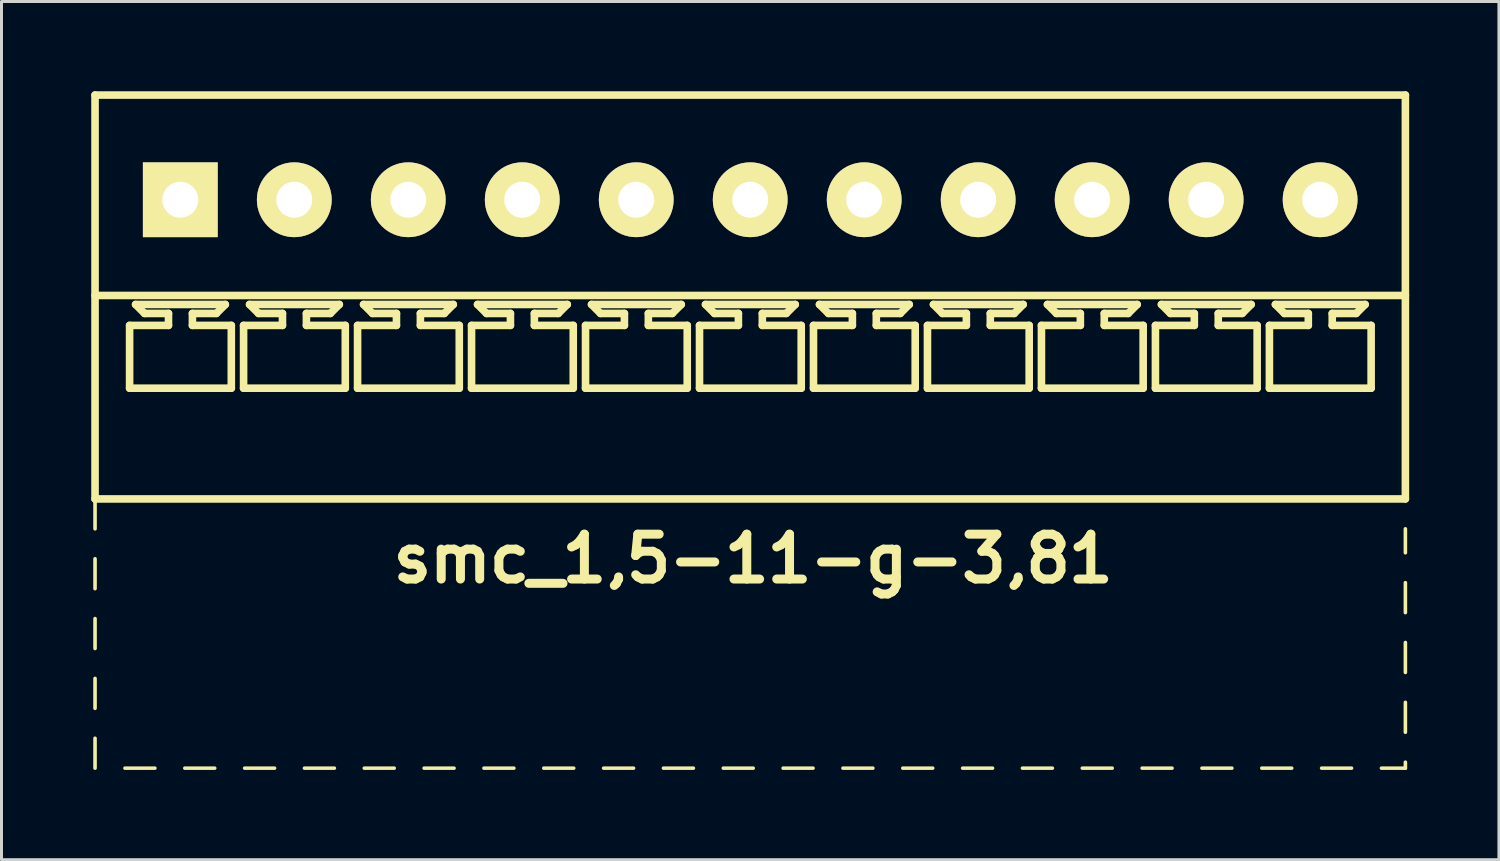
<source format=kicad_pcb>
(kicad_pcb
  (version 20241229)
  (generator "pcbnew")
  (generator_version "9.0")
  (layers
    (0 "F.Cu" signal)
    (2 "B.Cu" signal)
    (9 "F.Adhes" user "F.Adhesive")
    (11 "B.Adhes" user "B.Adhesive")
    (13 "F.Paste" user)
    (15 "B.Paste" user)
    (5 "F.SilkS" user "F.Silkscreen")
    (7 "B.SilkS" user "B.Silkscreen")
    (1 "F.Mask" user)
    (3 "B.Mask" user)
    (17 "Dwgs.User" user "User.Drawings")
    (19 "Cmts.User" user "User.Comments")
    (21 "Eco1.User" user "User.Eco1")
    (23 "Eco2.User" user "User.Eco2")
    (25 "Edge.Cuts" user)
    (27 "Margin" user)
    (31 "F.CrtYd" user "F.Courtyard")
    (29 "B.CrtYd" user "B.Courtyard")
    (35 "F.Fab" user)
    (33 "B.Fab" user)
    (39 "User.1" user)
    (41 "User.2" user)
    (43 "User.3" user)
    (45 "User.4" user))
  (footprint "smc_1,5-11-g-3,81"
    (layer "F.Cu")
    (at 22.027 3.627)
    (property "Reference" "smc_1,5-11-g-3,81" (at 0.1 12 0) (layer "F.SilkS") (effects (font (size 1.5 1.5) (thickness 0.3))))
    (attr through_hole)
    (fp_line (start -21.9 -3.5) (end -21.9 10) (stroke (width 0.254) (type solid)) (layer "F.SilkS"))
    (fp_line (start -21.9 -3.5) (end 21.9 -3.5) (stroke (width 0.254) (type solid)) (layer "F.SilkS"))
    (fp_line (start -21.9 3.2) (end 21.9 3.2) (stroke (width 0.254) (type solid)) (layer "F.SilkS"))
    (fp_line (start -21.9 10) (end -21.9 11) (stroke (width 0.12) (type solid)) (layer "F.SilkS"))
    (fp_line (start -21.9 10) (end 21.9 10) (stroke (width 0.254) (type solid)) (layer "F.SilkS"))
    (fp_line (start -21.9 12) (end -21.9 13) (stroke (width 0.12) (type solid)) (layer "F.SilkS"))
    (fp_line (start -21.9 14) (end -21.9 15) (stroke (width 0.12) (type solid)) (layer "F.SilkS"))
    (fp_line (start -21.9 16) (end -21.9 17) (stroke (width 0.12) (type solid)) (layer "F.SilkS"))
    (fp_line (start -21.9 18) (end -21.9 19) (stroke (width 0.12) (type solid)) (layer "F.SilkS"))
    (fp_line (start -20.9 19) (end -19.9 19) (stroke (width 0.12) (type solid)) (layer "F.SilkS"))
    (fp_line (start -20.745 4.2) (end -19.445 4.2) (stroke (width 0.254) (type solid)) (layer "F.SilkS"))
    (fp_line (start -20.745 6.3) (end -20.745 4.2) (stroke (width 0.254) (type solid)) (layer "F.SilkS"))
    (fp_line (start -20.545 3.5) (end -17.545 3.5) (stroke (width 0.254) (type solid)) (layer "F.SilkS"))
    (fp_line (start -20.245 3.8) (end -20.545 3.5) (stroke (width 0.254) (type solid)) (layer "F.SilkS"))
    (fp_line (start -19.445 3.8) (end -20.245 3.8) (stroke (width 0.254) (type solid)) (layer "F.SilkS"))
    (fp_line (start -19.445 4.2) (end -19.445 3.8) (stroke (width 0.254) (type solid)) (layer "F.SilkS"))
    (fp_line (start -18.9 19) (end -17.9 19) (stroke (width 0.12) (type solid)) (layer "F.SilkS"))
    (fp_line (start -18.645 3.8) (end -18.645 4.2) (stroke (width 0.254) (type solid)) (layer "F.SilkS"))
    (fp_line (start -18.645 4.2) (end -17.345 4.2) (stroke (width 0.254) (type solid)) (layer "F.SilkS"))
    (fp_line (start -17.845 3.8) (end -18.645 3.8) (stroke (width 0.254) (type solid)) (layer "F.SilkS"))
    (fp_line (start -17.845 3.8) (end -17.545 3.5) (stroke (width 0.254) (type solid)) (layer "F.SilkS"))
    (fp_line (start -17.345 4.2) (end -17.345 6.3) (stroke (width 0.254) (type solid)) (layer "F.SilkS"))
    (fp_line (start -17.345 6.3) (end -20.745 6.3) (stroke (width 0.254) (type solid)) (layer "F.SilkS"))
    (fp_line (start -16.935 4.2) (end -15.635 4.2) (stroke (width 0.254) (type solid)) (layer "F.SilkS"))
    (fp_line (start -16.935 6.3) (end -16.935 4.2) (stroke (width 0.254) (type solid)) (layer "F.SilkS"))
    (fp_line (start -16.9 19) (end -15.9 19) (stroke (width 0.12) (type solid)) (layer "F.SilkS"))
    (fp_line (start -16.735 3.5) (end -13.735 3.5) (stroke (width 0.254) (type solid)) (layer "F.SilkS"))
    (fp_line (start -16.435 3.8) (end -16.735 3.5) (stroke (width 0.254) (type solid)) (layer "F.SilkS"))
    (fp_line (start -15.635 3.8) (end -16.435 3.8) (stroke (width 0.254) (type solid)) (layer "F.SilkS"))
    (fp_line (start -15.635 4.2) (end -15.635 3.8) (stroke (width 0.254) (type solid)) (layer "F.SilkS"))
    (fp_line (start -14.9 19) (end -13.9 19) (stroke (width 0.12) (type solid)) (layer "F.SilkS"))
    (fp_line (start -14.835 3.8) (end -14.835 4.2) (stroke (width 0.254) (type solid)) (layer "F.SilkS"))
    (fp_line (start -14.835 4.2) (end -13.535 4.2) (stroke (width 0.254) (type solid)) (layer "F.SilkS"))
    (fp_line (start -14.035 3.8) (end -14.835 3.8) (stroke (width 0.254) (type solid)) (layer "F.SilkS"))
    (fp_line (start -14.035 3.8) (end -13.735 3.5) (stroke (width 0.254) (type solid)) (layer "F.SilkS"))
    (fp_line (start -13.535 4.2) (end -13.535 6.3) (stroke (width 0.254) (type solid)) (layer "F.SilkS"))
    (fp_line (start -13.535 6.3) (end -16.935 6.3) (stroke (width 0.254) (type solid)) (layer "F.SilkS"))
    (fp_line (start -13.125 4.2) (end -11.825 4.2) (stroke (width 0.254) (type solid)) (layer "F.SilkS"))
    (fp_line (start -13.125 6.3) (end -13.125 4.2) (stroke (width 0.254) (type solid)) (layer "F.SilkS"))
    (fp_line (start -12.925 3.5) (end -9.925 3.5) (stroke (width 0.254) (type solid)) (layer "F.SilkS"))
    (fp_line (start -12.9 19) (end -11.9 19) (stroke (width 0.12) (type solid)) (layer "F.SilkS"))
    (fp_line (start -12.625 3.8) (end -12.925 3.5) (stroke (width 0.254) (type solid)) (layer "F.SilkS"))
    (fp_line (start -11.825 3.8) (end -12.625 3.8) (stroke (width 0.254) (type solid)) (layer "F.SilkS"))
    (fp_line (start -11.825 4.2) (end -11.825 3.8) (stroke (width 0.254) (type solid)) (layer "F.SilkS"))
    (fp_line (start -11.025 3.8) (end -11.025 4.2) (stroke (width 0.254) (type solid)) (layer "F.SilkS"))
    (fp_line (start -11.025 4.2) (end -9.725 4.2) (stroke (width 0.254) (type solid)) (layer "F.SilkS"))
    (fp_line (start -10.9 19) (end -9.9 19) (stroke (width 0.12) (type solid)) (layer "F.SilkS"))
    (fp_line (start -10.225 3.8) (end -11.025 3.8) (stroke (width 0.254) (type solid)) (layer "F.SilkS"))
    (fp_line (start -10.225 3.8) (end -9.925 3.5) (stroke (width 0.254) (type solid)) (layer "F.SilkS"))
    (fp_line (start -9.725 4.2) (end -9.725 6.3) (stroke (width 0.254) (type solid)) (layer "F.SilkS"))
    (fp_line (start -9.725 6.3) (end -13.125 6.3) (stroke (width 0.254) (type solid)) (layer "F.SilkS"))
    (fp_line (start -9.315 4.2) (end -8.015 4.2) (stroke (width 0.254) (type solid)) (layer "F.SilkS"))
    (fp_line (start -9.315 6.3) (end -9.315 4.2) (stroke (width 0.254) (type solid)) (layer "F.SilkS"))
    (fp_line (start -9.115 3.5) (end -6.115 3.5) (stroke (width 0.254) (type solid)) (layer "F.SilkS"))
    (fp_line (start -8.9 19) (end -7.9 19) (stroke (width 0.12) (type solid)) (layer "F.SilkS"))
    (fp_line (start -8.815 3.8) (end -9.115 3.5) (stroke (width 0.254) (type solid)) (layer "F.SilkS"))
    (fp_line (start -8.015 3.8) (end -8.815 3.8) (stroke (width 0.254) (type solid)) (layer "F.SilkS"))
    (fp_line (start -8.015 4.2) (end -8.015 3.8) (stroke (width 0.254) (type solid)) (layer "F.SilkS"))
    (fp_line (start -7.215 3.8) (end -7.215 4.2) (stroke (width 0.254) (type solid)) (layer "F.SilkS"))
    (fp_line (start -7.215 4.2) (end -5.915 4.2) (stroke (width 0.254) (type solid)) (layer "F.SilkS"))
    (fp_line (start -6.9 19) (end -5.9 19) (stroke (width 0.12) (type solid)) (layer "F.SilkS"))
    (fp_line (start -6.415 3.8) (end -7.215 3.8) (stroke (width 0.254) (type solid)) (layer "F.SilkS"))
    (fp_line (start -6.415 3.8) (end -6.115 3.5) (stroke (width 0.254) (type solid)) (layer "F.SilkS"))
    (fp_line (start -5.915 4.2) (end -5.915 6.3) (stroke (width 0.254) (type solid)) (layer "F.SilkS"))
    (fp_line (start -5.915 6.3) (end -9.315 6.3) (stroke (width 0.254) (type solid)) (layer "F.SilkS"))
    (fp_line (start -5.505 4.2) (end -4.205 4.2) (stroke (width 0.254) (type solid)) (layer "F.SilkS"))
    (fp_line (start -5.505 6.3) (end -5.505 4.2) (stroke (width 0.254) (type solid)) (layer "F.SilkS"))
    (fp_line (start -5.305 3.5) (end -2.305 3.5) (stroke (width 0.254) (type solid)) (layer "F.SilkS"))
    (fp_line (start -5.005 3.8) (end -5.305 3.5) (stroke (width 0.254) (type solid)) (layer "F.SilkS"))
    (fp_line (start -4.9 19) (end -3.9 19) (stroke (width 0.12) (type solid)) (layer "F.SilkS"))
    (fp_line (start -4.205 3.8) (end -5.005 3.8) (stroke (width 0.254) (type solid)) (layer "F.SilkS"))
    (fp_line (start -4.205 4.2) (end -4.205 3.8) (stroke (width 0.254) (type solid)) (layer "F.SilkS"))
    (fp_line (start -3.405 3.8) (end -3.405 4.2) (stroke (width 0.254) (type solid)) (layer "F.SilkS"))
    (fp_line (start -3.405 4.2) (end -2.105 4.2) (stroke (width 0.254) (type solid)) (layer "F.SilkS"))
    (fp_line (start -2.9 19) (end -1.9 19) (stroke (width 0.12) (type solid)) (layer "F.SilkS"))
    (fp_line (start -2.605 3.8) (end -3.405 3.8) (stroke (width 0.254) (type solid)) (layer "F.SilkS"))
    (fp_line (start -2.605 3.8) (end -2.305 3.5) (stroke (width 0.254) (type solid)) (layer "F.SilkS"))
    (fp_line (start -2.105 4.2) (end -2.105 6.3) (stroke (width 0.254) (type solid)) (layer "F.SilkS"))
    (fp_line (start -2.105 6.3) (end -5.505 6.3) (stroke (width 0.254) (type solid)) (layer "F.SilkS"))
    (fp_line (start -1.695 4.2) (end -0.395 4.2) (stroke (width 0.254) (type solid)) (layer "F.SilkS"))
    (fp_line (start -1.695 6.3) (end -1.695 4.2) (stroke (width 0.254) (type solid)) (layer "F.SilkS"))
    (fp_line (start -1.495 3.5) (end 1.505 3.5) (stroke (width 0.254) (type solid)) (layer "F.SilkS"))
    (fp_line (start -1.195 3.8) (end -1.495 3.5) (stroke (width 0.254) (type solid)) (layer "F.SilkS"))
    (fp_line (start -0.9 19) (end 0.1 19) (stroke (width 0.12) (type solid)) (layer "F.SilkS"))
    (fp_line (start -0.395 3.8) (end -1.195 3.8) (stroke (width 0.254) (type solid)) (layer "F.SilkS"))
    (fp_line (start -0.395 4.2) (end -0.395 3.8) (stroke (width 0.254) (type solid)) (layer "F.SilkS"))
    (fp_line (start 0.405 3.8) (end 0.405 4.2) (stroke (width 0.254) (type solid)) (layer "F.SilkS"))
    (fp_line (start 0.405 4.2) (end 1.705 4.2) (stroke (width 0.254) (type solid)) (layer "F.SilkS"))
    (fp_line (start 1.1 19) (end 2.1 19) (stroke (width 0.12) (type solid)) (layer "F.SilkS"))
    (fp_line (start 1.205 3.8) (end 0.405 3.8) (stroke (width 0.254) (type solid)) (layer "F.SilkS"))
    (fp_line (start 1.205 3.8) (end 1.505 3.5) (stroke (width 0.254) (type solid)) (layer "F.SilkS"))
    (fp_line (start 1.705 4.2) (end 1.705 6.3) (stroke (width 0.254) (type solid)) (layer "F.SilkS"))
    (fp_line (start 1.705 6.3) (end -1.695 6.3) (stroke (width 0.254) (type solid)) (layer "F.SilkS"))
    (fp_line (start 2.115 4.2) (end 3.415 4.2) (stroke (width 0.254) (type solid)) (layer "F.SilkS"))
    (fp_line (start 2.115 6.3) (end 2.115 4.2) (stroke (width 0.254) (type solid)) (layer "F.SilkS"))
    (fp_line (start 2.315 3.5) (end 5.315 3.5) (stroke (width 0.254) (type solid)) (layer "F.SilkS"))
    (fp_line (start 2.615 3.8) (end 2.315 3.5) (stroke (width 0.254) (type solid)) (layer "F.SilkS"))
    (fp_line (start 3.1 19) (end 4.1 19) (stroke (width 0.12) (type solid)) (layer "F.SilkS"))
    (fp_line (start 3.415 3.8) (end 2.615 3.8) (stroke (width 0.254) (type solid)) (layer "F.SilkS"))
    (fp_line (start 3.415 4.2) (end 3.415 3.8) (stroke (width 0.254) (type solid)) (layer "F.SilkS"))
    (fp_line (start 4.215 3.8) (end 4.215 4.2) (stroke (width 0.254) (type solid)) (layer "F.SilkS"))
    (fp_line (start 4.215 4.2) (end 5.515 4.2) (stroke (width 0.254) (type solid)) (layer "F.SilkS"))
    (fp_line (start 5.015 3.8) (end 4.215 3.8) (stroke (width 0.254) (type solid)) (layer "F.SilkS"))
    (fp_line (start 5.015 3.8) (end 5.315 3.5) (stroke (width 0.254) (type solid)) (layer "F.SilkS"))
    (fp_line (start 5.1 19) (end 6.1 19) (stroke (width 0.12) (type solid)) (layer "F.SilkS"))
    (fp_line (start 5.515 4.2) (end 5.515 6.3) (stroke (width 0.254) (type solid)) (layer "F.SilkS"))
    (fp_line (start 5.515 6.3) (end 2.115 6.3) (stroke (width 0.254) (type solid)) (layer "F.SilkS"))
    (fp_line (start 5.925 4.2) (end 7.225 4.2) (stroke (width 0.254) (type solid)) (layer "F.SilkS"))
    (fp_line (start 5.925 6.3) (end 5.925 4.2) (stroke (width 0.254) (type solid)) (layer "F.SilkS"))
    (fp_line (start 6.125 3.5) (end 9.125 3.5) (stroke (width 0.254) (type solid)) (layer "F.SilkS"))
    (fp_line (start 6.425 3.8) (end 6.125 3.5) (stroke (width 0.254) (type solid)) (layer "F.SilkS"))
    (fp_line (start 7.1 19) (end 8.1 19) (stroke (width 0.12) (type solid)) (layer "F.SilkS"))
    (fp_line (start 7.225 3.8) (end 6.425 3.8) (stroke (width 0.254) (type solid)) (layer "F.SilkS"))
    (fp_line (start 7.225 4.2) (end 7.225 3.8) (stroke (width 0.254) (type solid)) (layer "F.SilkS"))
    (fp_line (start 8.025 3.8) (end 8.025 4.2) (stroke (width 0.254) (type solid)) (layer "F.SilkS"))
    (fp_line (start 8.025 4.2) (end 9.325 4.2) (stroke (width 0.254) (type solid)) (layer "F.SilkS"))
    (fp_line (start 8.825 3.8) (end 8.025 3.8) (stroke (width 0.254) (type solid)) (layer "F.SilkS"))
    (fp_line (start 8.825 3.8) (end 9.125 3.5) (stroke (width 0.254) (type solid)) (layer "F.SilkS"))
    (fp_line (start 9.1 19) (end 10.1 19) (stroke (width 0.12) (type solid)) (layer "F.SilkS"))
    (fp_line (start 9.325 4.2) (end 9.325 6.3) (stroke (width 0.254) (type solid)) (layer "F.SilkS"))
    (fp_line (start 9.325 6.3) (end 5.925 6.3) (stroke (width 0.254) (type solid)) (layer "F.SilkS"))
    (fp_line (start 9.735 4.2) (end 11.035 4.2) (stroke (width 0.254) (type solid)) (layer "F.SilkS"))
    (fp_line (start 9.735 6.3) (end 9.735 4.2) (stroke (width 0.254) (type solid)) (layer "F.SilkS"))
    (fp_line (start 9.935 3.5) (end 12.935 3.5) (stroke (width 0.254) (type solid)) (layer "F.SilkS"))
    (fp_line (start 10.235 3.8) (end 9.935 3.5) (stroke (width 0.254) (type solid)) (layer "F.SilkS"))
    (fp_line (start 11.035 3.8) (end 10.235 3.8) (stroke (width 0.254) (type solid)) (layer "F.SilkS"))
    (fp_line (start 11.035 4.2) (end 11.035 3.8) (stroke (width 0.254) (type solid)) (layer "F.SilkS"))
    (fp_line (start 11.1 19) (end 12.1 19) (stroke (width 0.12) (type solid)) (layer "F.SilkS"))
    (fp_line (start 11.835 3.8) (end 11.835 4.2) (stroke (width 0.254) (type solid)) (layer "F.SilkS"))
    (fp_line (start 11.835 4.2) (end 13.135 4.2) (stroke (width 0.254) (type solid)) (layer "F.SilkS"))
    (fp_line (start 12.635 3.8) (end 11.835 3.8) (stroke (width 0.254) (type solid)) (layer "F.SilkS"))
    (fp_line (start 12.635 3.8) (end 12.935 3.5) (stroke (width 0.254) (type solid)) (layer "F.SilkS"))
    (fp_line (start 13.1 19) (end 14.1 19) (stroke (width 0.12) (type solid)) (layer "F.SilkS"))
    (fp_line (start 13.135 4.2) (end 13.135 6.3) (stroke (width 0.254) (type solid)) (layer "F.SilkS"))
    (fp_line (start 13.135 6.3) (end 9.735 6.3) (stroke (width 0.254) (type solid)) (layer "F.SilkS"))
    (fp_line (start 13.545 4.2) (end 14.845 4.2) (stroke (width 0.254) (type solid)) (layer "F.SilkS"))
    (fp_line (start 13.545 6.3) (end 13.545 4.2) (stroke (width 0.254) (type solid)) (layer "F.SilkS"))
    (fp_line (start 13.745 3.5) (end 16.745 3.5) (stroke (width 0.254) (type solid)) (layer "F.SilkS"))
    (fp_line (start 14.045 3.8) (end 13.745 3.5) (stroke (width 0.254) (type solid)) (layer "F.SilkS"))
    (fp_line (start 14.845 3.8) (end 14.045 3.8) (stroke (width 0.254) (type solid)) (layer "F.SilkS"))
    (fp_line (start 14.845 4.2) (end 14.845 3.8) (stroke (width 0.254) (type solid)) (layer "F.SilkS"))
    (fp_line (start 15.1 19) (end 16.1 19) (stroke (width 0.12) (type solid)) (layer "F.SilkS"))
    (fp_line (start 15.645 3.8) (end 15.645 4.2) (stroke (width 0.254) (type solid)) (layer "F.SilkS"))
    (fp_line (start 15.645 4.2) (end 16.945 4.2) (stroke (width 0.254) (type solid)) (layer "F.SilkS"))
    (fp_line (start 16.445 3.8) (end 15.645 3.8) (stroke (width 0.254) (type solid)) (layer "F.SilkS"))
    (fp_line (start 16.445 3.8) (end 16.745 3.5) (stroke (width 0.254) (type solid)) (layer "F.SilkS"))
    (fp_line (start 16.945 4.2) (end 16.945 6.3) (stroke (width 0.254) (type solid)) (layer "F.SilkS"))
    (fp_line (start 16.945 6.3) (end 13.545 6.3) (stroke (width 0.254) (type solid)) (layer "F.SilkS"))
    (fp_line (start 17.1 19) (end 18.1 19) (stroke (width 0.12) (type solid)) (layer "F.SilkS"))
    (fp_line (start 17.355 4.2) (end 18.655 4.2) (stroke (width 0.254) (type solid)) (layer "F.SilkS"))
    (fp_line (start 17.355 6.3) (end 17.355 4.2) (stroke (width 0.254) (type solid)) (layer "F.SilkS"))
    (fp_line (start 17.555 3.5) (end 20.555 3.5) (stroke (width 0.254) (type solid)) (layer "F.SilkS"))
    (fp_line (start 17.855 3.8) (end 17.555 3.5) (stroke (width 0.254) (type solid)) (layer "F.SilkS"))
    (fp_line (start 18.655 3.8) (end 17.855 3.8) (stroke (width 0.254) (type solid)) (layer "F.SilkS"))
    (fp_line (start 18.655 4.2) (end 18.655 3.8) (stroke (width 0.254) (type solid)) (layer "F.SilkS"))
    (fp_line (start 19.1 19) (end 20.1 19) (stroke (width 0.12) (type solid)) (layer "F.SilkS"))
    (fp_line (start 19.455 3.8) (end 19.455 4.2) (stroke (width 0.254) (type solid)) (layer "F.SilkS"))
    (fp_line (start 19.455 4.2) (end 20.755 4.2) (stroke (width 0.254) (type solid)) (layer "F.SilkS"))
    (fp_line (start 20.255 3.8) (end 19.455 3.8) (stroke (width 0.254) (type solid)) (layer "F.SilkS"))
    (fp_line (start 20.255 3.8) (end 20.555 3.5) (stroke (width 0.254) (type solid)) (layer "F.SilkS"))
    (fp_line (start 20.755 4.2) (end 20.755 6.3) (stroke (width 0.254) (type solid)) (layer "F.SilkS"))
    (fp_line (start 20.755 6.3) (end 17.355 6.3) (stroke (width 0.254) (type solid)) (layer "F.SilkS"))
    (fp_line (start 21.1 19) (end 21.9 19) (stroke (width 0.12) (type solid)) (layer "F.SilkS"))
    (fp_line (start 21.9 -3.5) (end 21.9 10) (stroke (width 0.254) (type solid)) (layer "F.SilkS"))
    (fp_line (start 21.9 11.8) (end 21.9 11) (stroke (width 0.12) (type solid)) (layer "F.SilkS"))
    (fp_line (start 21.9 13.8) (end 21.9 12.8) (stroke (width 0.12) (type solid)) (layer "F.SilkS"))
    (fp_line (start 21.9 14.8) (end 21.9 15.8) (stroke (width 0.12) (type solid)) (layer "F.SilkS"))
    (fp_line (start 21.9 16.8) (end 21.9 17.8) (stroke (width 0.12) (type solid)) (layer "F.SilkS"))
    (fp_line (start 21.9 18.8) (end 21.9 19) (stroke (width 0.12) (type solid)) (layer "F.SilkS"))
    (pad "1" thru_hole rect (at -19.05 0) (size 2.5 2.5) (drill 1.2) (layers "*.Cu" "*.Mask" "F.SilkS"))
    (pad "2" thru_hole circle (at -15.24 0) (size 2.5 2.5) (drill 1.2) (layers "*.Cu" "*.Mask" "F.SilkS"))
    (pad "3" thru_hole circle (at -11.43 0) (size 2.5 2.5) (drill 1.2) (layers "*.Cu" "*.Mask" "F.SilkS"))
    (pad "4" thru_hole circle (at -7.62 0) (size 2.5 2.5) (drill 1.2) (layers "*.Cu" "*.Mask" "F.SilkS"))
    (pad "5" thru_hole circle (at -3.81 0) (size 2.5 2.5) (drill 1.2) (layers "*.Cu" "*.Mask" "F.SilkS"))
    (pad "6" thru_hole circle (at 0 0) (size 2.5 2.5) (drill 1.2) (layers "*.Cu" "*.Mask" "F.SilkS"))
    (pad "7" thru_hole circle (at 3.81 0) (size 2.5 2.5) (drill 1.2) (layers "*.Cu" "*.Mask" "F.SilkS"))
    (pad "8" thru_hole circle (at 7.62 0) (size 2.5 2.5) (drill 1.2) (layers "*.Cu" "*.Mask" "F.SilkS"))
    (pad "9" thru_hole circle (at 11.43 0) (size 2.5 2.5) (drill 1.2) (layers "*.Cu" "*.Mask" "F.SilkS"))
    (pad "10" thru_hole circle (at 15.24 0) (size 2.5 2.5) (drill 1.2) (layers "*.Cu" "*.Mask" "F.SilkS"))
    (pad "11" thru_hole circle (at 19.05 0) (size 2.5 2.5) (drill 1.2) (layers "*.Cu" "*.Mask" "F.SilkS")))
  (gr_rect
    (start -3 -3)
    (end 47.054 25.687)
    (stroke (width 0.1) (type default))
    (fill no)
    (layer "Edge.Cuts")))
</source>
